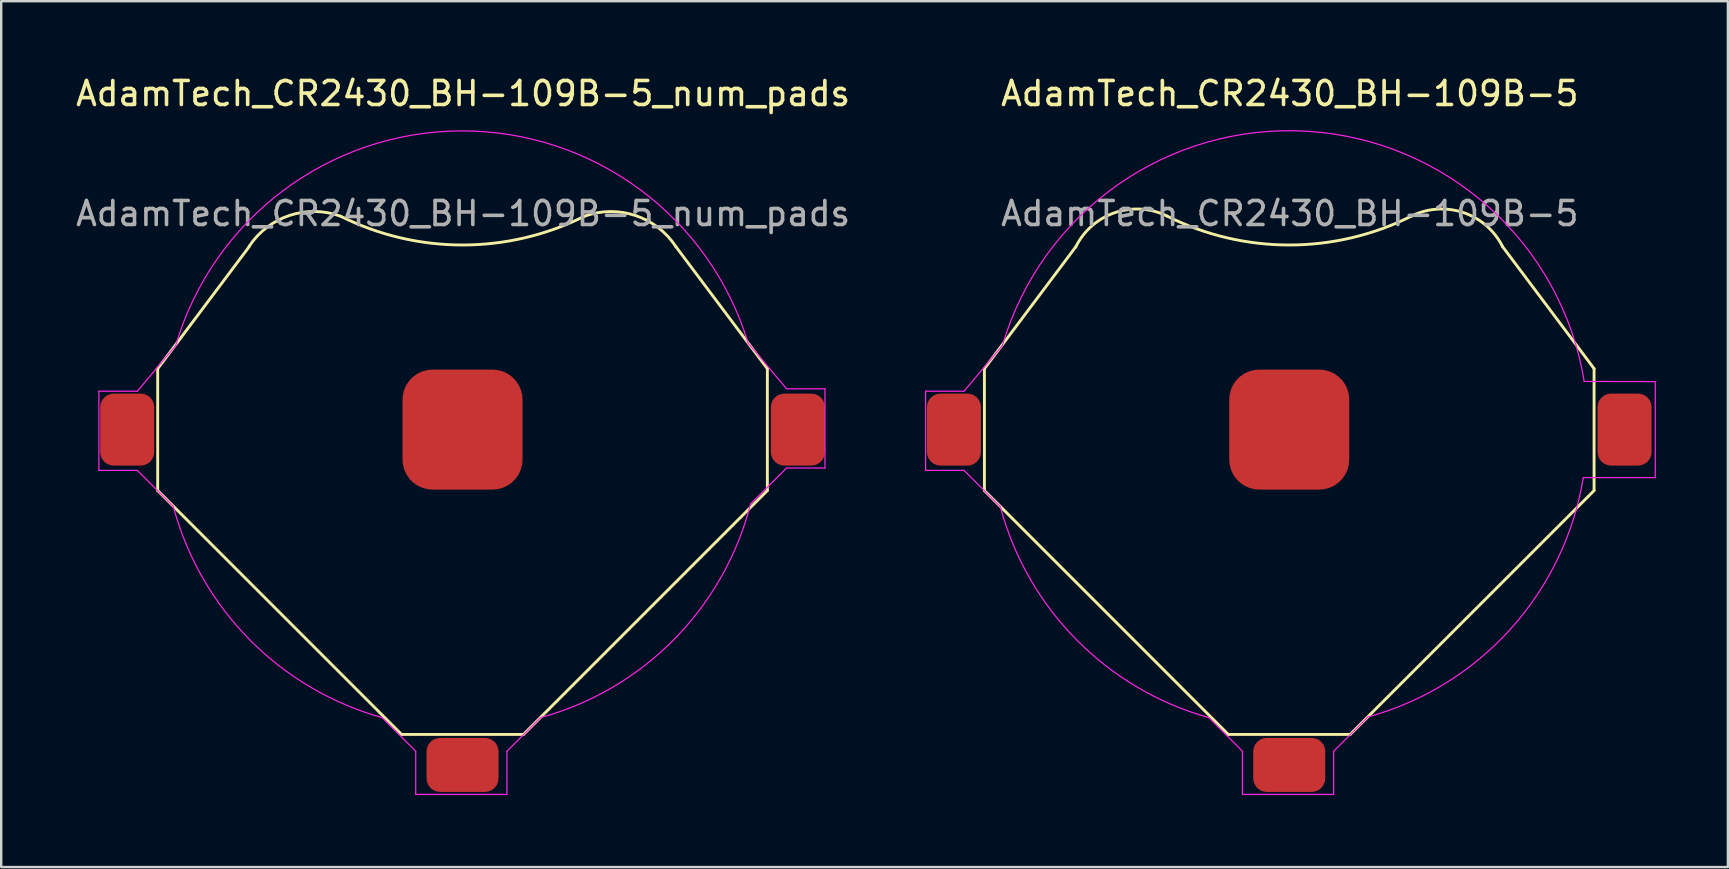
<source format=kicad_pcb>
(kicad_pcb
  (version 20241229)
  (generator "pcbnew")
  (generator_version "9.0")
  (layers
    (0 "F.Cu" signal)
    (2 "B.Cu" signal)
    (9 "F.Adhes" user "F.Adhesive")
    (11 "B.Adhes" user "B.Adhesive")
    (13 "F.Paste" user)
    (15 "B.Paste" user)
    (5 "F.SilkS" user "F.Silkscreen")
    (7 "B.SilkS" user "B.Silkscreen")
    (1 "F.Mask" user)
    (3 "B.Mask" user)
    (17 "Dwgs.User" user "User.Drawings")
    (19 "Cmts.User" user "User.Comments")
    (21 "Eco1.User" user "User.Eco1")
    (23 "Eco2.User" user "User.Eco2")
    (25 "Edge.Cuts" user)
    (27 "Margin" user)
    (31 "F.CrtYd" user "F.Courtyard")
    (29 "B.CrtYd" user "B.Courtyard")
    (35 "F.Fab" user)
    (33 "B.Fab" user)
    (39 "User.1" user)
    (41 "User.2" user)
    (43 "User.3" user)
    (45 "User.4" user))
  (footprint "AdamTech_CR2430_BH-109B-5"
    (layer "F.Cu")
    (at 50.663 14.848)
    (property "Reference" "AdamTech_CR2430_BH-109B-5" (at 0.024 -14 0) (unlocked yes) (layer "F.SilkS") (effects (font (size 1 1) (thickness 0.15))))
    (attr smd)
    (fp_line (start -12.7 -2.54) (end -8.89 -7.62) (stroke (width 0.12) (type solid)) (layer "F.SilkS"))
    (fp_line (start -12.7 2.54) (end -12.7 -2.54) (stroke (width 0.12) (type solid)) (layer "F.SilkS"))
    (fp_line (start -2.54 12.7) (end -12.7 2.54) (stroke (width 0.12) (type solid)) (layer "F.SilkS"))
    (fp_line (start -2.54 12.7) (end 2.54 12.7) (stroke (width 0.12) (type solid)) (layer "F.SilkS"))
    (fp_line (start 2.54 12.7) (end 12.7 2.54) (stroke (width 0.12) (type solid)) (layer "F.SilkS"))
    (fp_line (start 12.7 -2.54) (end 8.89 -7.62) (stroke (width 0.12) (type solid)) (layer "F.SilkS"))
    (fp_line (start 12.7 2.54) (end 12.7 -2.54) (stroke (width 0.12) (type solid)) (layer "F.SilkS"))
    (fp_arc (start -8.89 -7.62) (mid -7.248026 -9.044077) (end -5.08 -8.89) (stroke (width 0.12) (type solid)) (layer "F.SilkS"))
    (fp_arc (start 5.08 -8.89) (mid 0 -7.690775) (end -5.08 -8.89) (stroke (width 0.12) (type solid)) (layer "F.SilkS"))
    (fp_arc (start 5.08 -8.89) (mid 7.248026 -9.044077) (end 8.89 -7.62) (stroke (width 0.12) (type solid)) (layer "F.SilkS"))
    (fp_line (start -15.15 -1.6) (end -13.55 -1.6) (stroke (width 0.05) (type solid)) (layer "F.CrtYd"))
    (fp_line (start -15.15 1.7) (end -15.15 -1.6) (stroke (width 0.05) (type solid)) (layer "F.CrtYd"))
    (fp_line (start -13.55 -1.6) (end -11.95 -3.5) (stroke (width 0.05) (type solid)) (layer "F.CrtYd"))
    (fp_line (start -13.55 1.7) (end -15.15 1.7) (stroke (width 0.05) (type solid)) (layer "F.CrtYd"))
    (fp_line (start -12.05 3.2) (end -13.55 1.7) (stroke (width 0.05) (type solid)) (layer "F.CrtYd"))
    (fp_line (start -1.95 13.4) (end -3.35 12) (stroke (width 0.05) (type solid)) (layer "F.CrtYd"))
    (fp_line (start -1.95 15.2) (end -1.95 13.4) (stroke (width 0.05) (type solid)) (layer "F.CrtYd"))
    (fp_line (start 1.85 13.4) (end 1.85 15.2) (stroke (width 0.05) (type solid)) (layer "F.CrtYd"))
    (fp_line (start 1.85 15.2) (end -1.95 15.2) (stroke (width 0.05) (type solid)) (layer "F.CrtYd"))
    (fp_line (start 3.25 12) (end 1.85 13.4) (stroke (width 0.05) (type solid)) (layer "F.CrtYd"))
    (fp_line (start 12.289 -2.006) (end 15.25 -2) (stroke (width 0.05) (type solid)) (layer "F.CrtYd"))
    (fp_line (start 15.25 -2) (end 15.25 2) (stroke (width 0.05) (type solid)) (layer "F.CrtYd"))
    (fp_line (start 15.25 2) (end 12.25 2) (stroke (width 0.05) (type solid)) (layer "F.CrtYd"))
    (fp_arc (start -11.949999 -3.5) (mid 0.765819 -12.428435) (end 12.289295 -2.006416) (stroke (width 0.05) (type solid)) (layer "F.CrtYd"))
    (fp_arc (start -3.35 12) (mid -8.865343 8.753753) (end -12.04147 3.197735) (stroke (width 0.05) (type solid)) (layer "F.CrtYd"))
    (fp_arc (start 12.249999 2) (mid 9.215459 8.314914) (end 3.244739 11.980574) (stroke (width 0.05) (type solid)) (layer "F.CrtYd"))
    (fp_circle (center 0 0) (end 12.25 0) (stroke (width 0.12) (type solid)) (fill no) (layer "User.1"))
    (fp_text user "${REFERENCE}" (at 0.024 -9 0) (unlocked yes) (layer "F.Fab") (effects (font (size 1 1) (thickness 0.15))))
    (pad "1" smd roundrect (at -13.97 0 270) (size 3 2.25) (layers "F.Cu" "F.Mask" "F.Paste") (roundrect_rratio 0.25))
    (pad "1" smd roundrect (at 0 13.97) (size 3 2.25) (layers "F.Cu" "F.Mask" "F.Paste") (roundrect_rratio 0.25))
    (pad "1" smd roundrect (at 13.97 0 270) (size 3 2.25) (layers "F.Cu" "F.Mask" "F.Paste") (roundrect_rratio 0.25))
    (pad "2" smd roundrect (at 0 0) (size 5 5) (layers "F.Cu" "F.Mask" "F.Paste") (roundrect_rratio 0.25)))
  (footprint "AdamTech_CR2430_BH-109B-5_num_pads"
    (layer "F.Cu")
    (at 16.22 14.848)
    (property "Reference" "AdamTech_CR2430_BH-109B-5_num_pads" (at 0.024 -14 0) (unlocked yes) (layer "F.SilkS") (effects (font (size 1 1) (thickness 0.15))))
    (attr smd)
    (fp_line (start -12.7 -2.54) (end -8.89 -7.62) (stroke (width 0.12) (type solid)) (layer "F.SilkS"))
    (fp_line (start -12.7 2.54) (end -12.7 -2.54) (stroke (width 0.12) (type solid)) (layer "F.SilkS"))
    (fp_line (start -2.54 12.7) (end -12.7 2.54) (stroke (width 0.12) (type solid)) (layer "F.SilkS"))
    (fp_line (start -2.54 12.7) (end 2.54 12.7) (stroke (width 0.12) (type solid)) (layer "F.SilkS"))
    (fp_line (start 2.54 12.7) (end 12.7 2.54) (stroke (width 0.12) (type solid)) (layer "F.SilkS"))
    (fp_line (start 12.7 -2.54) (end 8.89 -7.62) (stroke (width 0.12) (type solid)) (layer "F.SilkS"))
    (fp_line (start 12.7 2.54) (end 12.7 -2.54) (stroke (width 0.12) (type solid)) (layer "F.SilkS"))
    (fp_arc (start -8.89 -7.636356) (mid -7.202393 -8.923866) (end -5.08 -8.89) (stroke (width 0.12) (type solid)) (layer "F.SilkS"))
    (fp_arc (start 5.08 -8.89) (mid 0 -7.690775) (end -5.08 -8.89) (stroke (width 0.12) (type solid)) (layer "F.SilkS"))
    (fp_arc (start 5.08 -8.89) (mid 7.205905 -8.917714) (end 8.89 -7.62) (stroke (width 0.12) (type solid)) (layer "F.SilkS"))
    (fp_line (start -15.15 -1.6) (end -13.55 -1.6) (stroke (width 0.05) (type solid)) (layer "F.CrtYd"))
    (fp_line (start -15.15 1.7) (end -15.15 -1.6) (stroke (width 0.05) (type solid)) (layer "F.CrtYd"))
    (fp_line (start -13.55 -1.6) (end -11.95 -3.5) (stroke (width 0.05) (type solid)) (layer "F.CrtYd"))
    (fp_line (start -13.55 1.7) (end -15.15 1.7) (stroke (width 0.05) (type solid)) (layer "F.CrtYd"))
    (fp_line (start -12.05 3.2) (end -13.55 1.7) (stroke (width 0.05) (type solid)) (layer "F.CrtYd"))
    (fp_line (start -1.95 13.4) (end -3.35 12) (stroke (width 0.05) (type solid)) (layer "F.CrtYd"))
    (fp_line (start -1.95 15.2) (end -1.95 13.4) (stroke (width 0.05) (type solid)) (layer "F.CrtYd"))
    (fp_line (start 1.85 13.4) (end 1.85 15.2) (stroke (width 0.05) (type solid)) (layer "F.CrtYd"))
    (fp_line (start 1.85 15.2) (end -1.95 15.2) (stroke (width 0.05) (type solid)) (layer "F.CrtYd"))
    (fp_line (start 3.25 12) (end 1.85 13.4) (stroke (width 0.05) (type solid)) (layer "F.CrtYd"))
    (fp_line (start 12 3.1) (end 13.5 1.6) (stroke (width 0.05) (type solid)) (layer "F.CrtYd"))
    (fp_line (start 13.5 -1.7) (end 11.9 -3.6) (stroke (width 0.05) (type solid)) (layer "F.CrtYd"))
    (fp_line (start 13.5 1.6) (end 15.1 1.6) (stroke (width 0.05) (type solid)) (layer "F.CrtYd"))
    (fp_line (start 15.1 -1.7) (end 13.5 -1.7) (stroke (width 0.05) (type solid)) (layer "F.CrtYd"))
    (fp_line (start 15.1 -1.7) (end 15.1 1.6) (stroke (width 0.05) (type solid)) (layer "F.CrtYd"))
    (fp_arc (start -11.949999 -3.5) (mid -0.062293 -12.444309) (end 11.899999 -3.6) (stroke (width 0.05) (type solid)) (layer "F.CrtYd"))
    (fp_arc (start -3.35 12) (mid -8.867849 8.754578) (end -12.05 3.2) (stroke (width 0.05) (type solid)) (layer "F.CrtYd"))
    (fp_arc (start 12 3.1) (mid 8.824586 8.729368) (end 3.25 12) (stroke (width 0.05) (type solid)) (layer "F.CrtYd"))
    (fp_circle (center 0 0) (end 12.25 0) (stroke (width 0.12) (type solid)) (fill no) (layer "User.1"))
    (fp_text user "${REFERENCE}" (at 0.024 -9 0) (unlocked yes) (layer "F.Fab") (effects (font (size 1 1) (thickness 0.15))))
    (pad "1" smd roundrect (at -13.97 0 270) (size 3 2.25) (layers "F.Cu" "F.Mask" "F.Paste") (roundrect_rratio 0.25))
    (pad "2" smd roundrect (at 0 13.97) (size 3 2.25) (layers "F.Cu" "F.Mask" "F.Paste") (roundrect_rratio 0.25))
    (pad "3" smd roundrect (at 13.97 0 270) (size 3 2.25) (layers "F.Cu" "F.Mask" "F.Paste") (roundrect_rratio 0.25))
    (pad "4" smd roundrect (at 0 0) (size 5 5) (layers "F.Cu" "F.Mask" "F.Paste") (roundrect_rratio 0.25)))
  (gr_rect
    (start -3 -3)
    (end 68.938 33.073)
    (stroke (width 0.1) (type default))
    (fill no)
    (layer "Edge.Cuts")))
</source>
